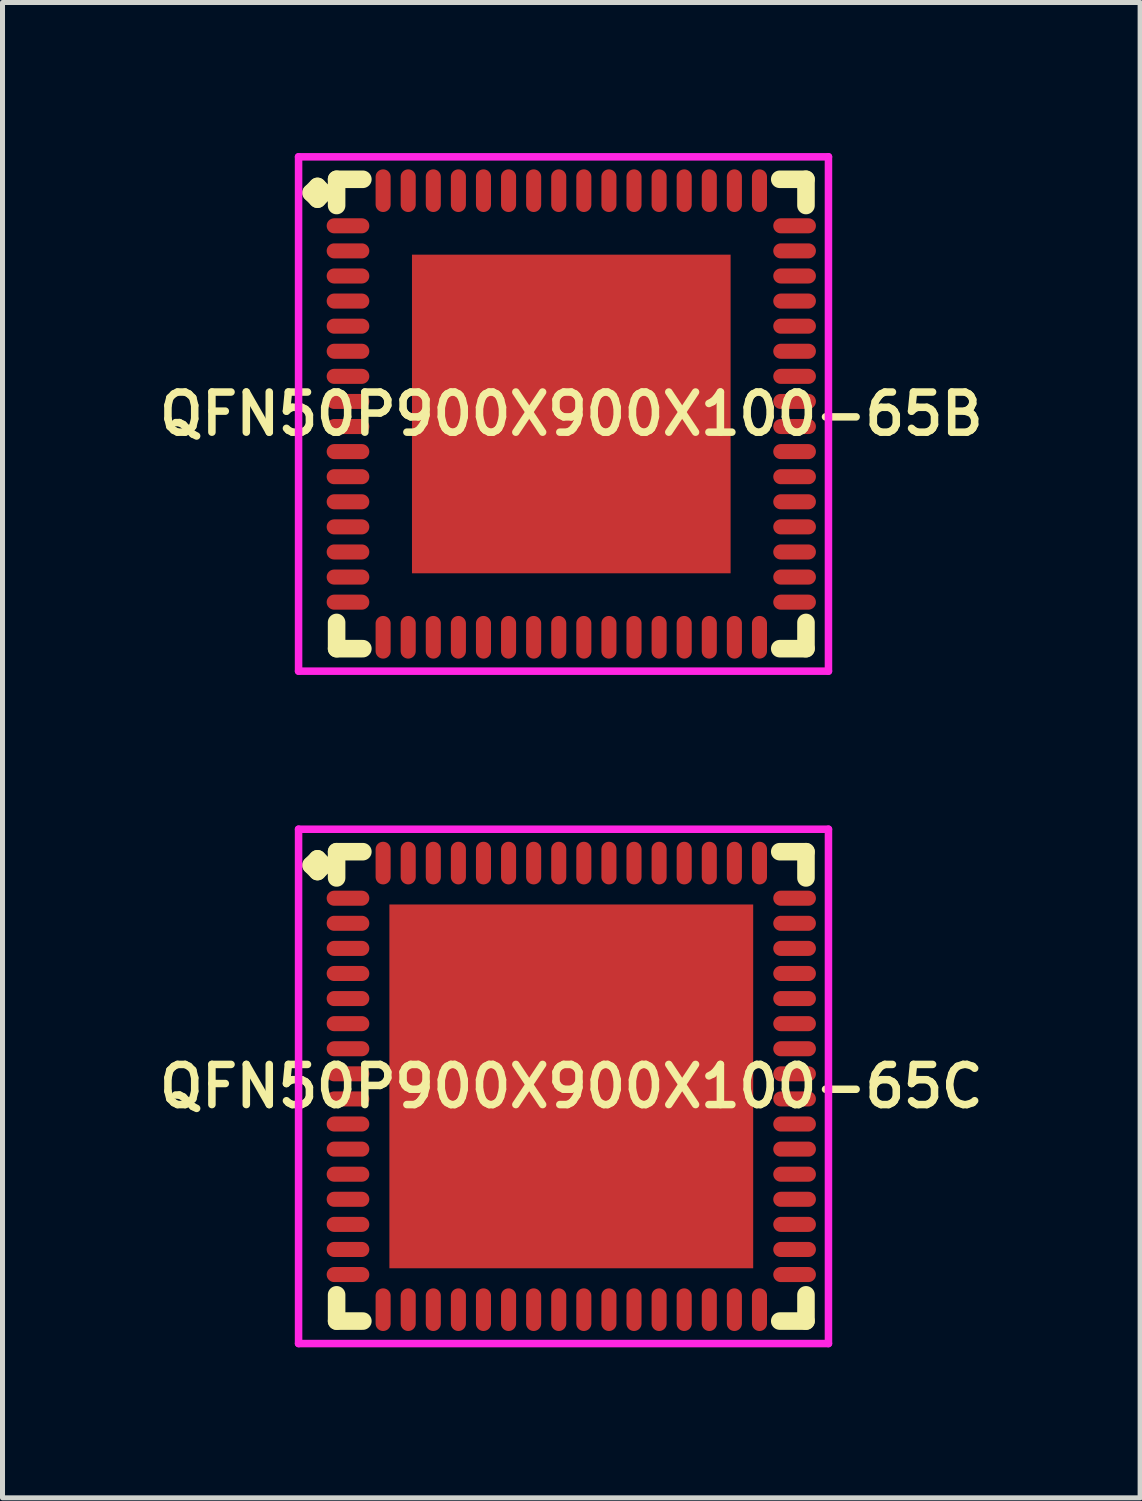
<source format=kicad_pcb>
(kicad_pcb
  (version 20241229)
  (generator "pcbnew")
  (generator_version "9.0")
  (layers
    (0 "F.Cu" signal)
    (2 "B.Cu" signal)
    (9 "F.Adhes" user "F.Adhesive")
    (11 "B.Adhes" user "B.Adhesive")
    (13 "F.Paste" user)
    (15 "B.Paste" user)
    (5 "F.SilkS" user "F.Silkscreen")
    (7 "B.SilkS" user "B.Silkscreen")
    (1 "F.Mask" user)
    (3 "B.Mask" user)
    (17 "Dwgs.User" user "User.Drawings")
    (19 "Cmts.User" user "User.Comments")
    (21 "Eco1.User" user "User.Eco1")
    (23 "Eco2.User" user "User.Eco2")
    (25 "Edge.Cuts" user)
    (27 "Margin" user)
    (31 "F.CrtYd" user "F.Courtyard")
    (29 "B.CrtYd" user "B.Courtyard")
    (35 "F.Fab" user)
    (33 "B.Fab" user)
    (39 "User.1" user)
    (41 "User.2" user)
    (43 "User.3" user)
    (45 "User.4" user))
  (footprint "QFN50P900X900X100-65C"
    (layer "F.Cu")
    (at 8.335 18.6)
    (property "Reference" "QFN50P900X900X100-65C" (at 0 0 0) (layer "F.SilkS") (effects (font (size 0.8 0.8) (thickness 0.15))))
    (attr smd)
    (fp_line (start -5.185 -4.408) (end -5.058 -4.535) (stroke (width 0.35) (type solid)) (layer "F.SilkS"))
    (fp_line (start -5.058 -4.535) (end -4.931 -4.408) (stroke (width 0.35) (type solid)) (layer "F.SilkS"))
    (fp_line (start -5.058 -4.281) (end -5.185 -4.408) (stroke (width 0.35) (type solid)) (layer "F.SilkS"))
    (fp_line (start -4.931 -4.408) (end -5.058 -4.281) (stroke (width 0.35) (type solid)) (layer "F.SilkS"))
    (fp_line (start -4.677 -4.677) (end -4.154 -4.677) (stroke (width 0.35) (type solid)) (layer "F.SilkS"))
    (fp_line (start -4.677 -4.154) (end -4.677 -4.677) (stroke (width 0.35) (type solid)) (layer "F.SilkS"))
    (fp_line (start -4.677 4.154) (end -4.677 4.677) (stroke (width 0.35) (type solid)) (layer "F.SilkS"))
    (fp_line (start -4.677 4.677) (end -4.154 4.677) (stroke (width 0.35) (type solid)) (layer "F.SilkS"))
    (fp_line (start 4.154 -4.677) (end 4.677 -4.677) (stroke (width 0.35) (type solid)) (layer "F.SilkS"))
    (fp_line (start 4.154 4.677) (end 4.677 4.677) (stroke (width 0.35) (type solid)) (layer "F.SilkS"))
    (fp_line (start 4.677 -4.677) (end 4.677 -4.154) (stroke (width 0.35) (type solid)) (layer "F.SilkS"))
    (fp_line (start 4.677 4.677) (end 4.677 4.154) (stroke (width 0.35) (type solid)) (layer "F.SilkS"))
    (fp_line (start -5.435 -5.125) (end 5.125 -5.125) (stroke (width 0.15) (type solid)) (layer "F.CrtYd"))
    (fp_line (start -5.435 5.125) (end -5.435 -5.125) (stroke (width 0.15) (type solid)) (layer "F.CrtYd"))
    (fp_line (start 5.125 -5.125) (end 5.125 5.125) (stroke (width 0.15) (type solid)) (layer "F.CrtYd"))
    (fp_line (start 5.125 5.125) (end -5.435 5.125) (stroke (width 0.15) (type solid)) (layer "F.CrtYd"))
    (pad "1" smd oval (at -4.45 -3.75) (size 0.85 0.3) (layers "F.Cu" "F.Mask" "F.Paste"))
    (pad "2" smd oval (at -4.45 -3.25) (size 0.85 0.3) (layers "F.Cu" "F.Mask" "F.Paste"))
    (pad "3" smd oval (at -4.45 -2.75) (size 0.85 0.3) (layers "F.Cu" "F.Mask" "F.Paste"))
    (pad "4" smd oval (at -4.45 -2.25) (size 0.85 0.3) (layers "F.Cu" "F.Mask" "F.Paste"))
    (pad "5" smd oval (at -4.45 -1.75) (size 0.85 0.3) (layers "F.Cu" "F.Mask" "F.Paste"))
    (pad "6" smd oval (at -4.45 -1.25) (size 0.85 0.3) (layers "F.Cu" "F.Mask" "F.Paste"))
    (pad "7" smd oval (at -4.45 -0.75) (size 0.85 0.3) (layers "F.Cu" "F.Mask" "F.Paste"))
    (pad "8" smd oval (at -4.45 -0.25) (size 0.85 0.3) (layers "F.Cu" "F.Mask" "F.Paste"))
    (pad "9" smd oval (at -4.45 0.25) (size 0.85 0.3) (layers "F.Cu" "F.Mask" "F.Paste"))
    (pad "10" smd oval (at -4.45 0.75) (size 0.85 0.3) (layers "F.Cu" "F.Mask" "F.Paste"))
    (pad "11" smd oval (at -4.45 1.25) (size 0.85 0.3) (layers "F.Cu" "F.Mask" "F.Paste"))
    (pad "12" smd oval (at -4.45 1.75) (size 0.85 0.3) (layers "F.Cu" "F.Mask" "F.Paste"))
    (pad "13" smd oval (at -4.45 2.25) (size 0.85 0.3) (layers "F.Cu" "F.Mask" "F.Paste"))
    (pad "14" smd oval (at -4.45 2.75) (size 0.85 0.3) (layers "F.Cu" "F.Mask" "F.Paste"))
    (pad "15" smd oval (at -4.45 3.25) (size 0.85 0.3) (layers "F.Cu" "F.Mask" "F.Paste"))
    (pad "16" smd oval (at -4.45 3.75) (size 0.85 0.3) (layers "F.Cu" "F.Mask" "F.Paste"))
    (pad "17" smd oval (at -3.75 4.45) (size 0.3 0.85) (layers "F.Cu" "F.Mask" "F.Paste"))
    (pad "18" smd oval (at -3.25 4.45) (size 0.3 0.85) (layers "F.Cu" "F.Mask" "F.Paste"))
    (pad "19" smd oval (at -2.75 4.45) (size 0.3 0.85) (layers "F.Cu" "F.Mask" "F.Paste"))
    (pad "20" smd oval (at -2.25 4.45) (size 0.3 0.85) (layers "F.Cu" "F.Mask" "F.Paste"))
    (pad "21" smd oval (at -1.75 4.45) (size 0.3 0.85) (layers "F.Cu" "F.Mask" "F.Paste"))
    (pad "22" smd oval (at -1.25 4.45) (size 0.3 0.85) (layers "F.Cu" "F.Mask" "F.Paste"))
    (pad "23" smd oval (at -0.75 4.45) (size 0.3 0.85) (layers "F.Cu" "F.Mask" "F.Paste"))
    (pad "24" smd oval (at -0.25 4.45) (size 0.3 0.85) (layers "F.Cu" "F.Mask" "F.Paste"))
    (pad "25" smd oval (at 0.25 4.45) (size 0.3 0.85) (layers "F.Cu" "F.Mask" "F.Paste"))
    (pad "26" smd oval (at 0.75 4.45) (size 0.3 0.85) (layers "F.Cu" "F.Mask" "F.Paste"))
    (pad "27" smd oval (at 1.25 4.45) (size 0.3 0.85) (layers "F.Cu" "F.Mask" "F.Paste"))
    (pad "28" smd oval (at 1.75 4.45) (size 0.3 0.85) (layers "F.Cu" "F.Mask" "F.Paste"))
    (pad "29" smd oval (at 2.25 4.45) (size 0.3 0.85) (layers "F.Cu" "F.Mask" "F.Paste"))
    (pad "30" smd oval (at 2.75 4.45) (size 0.3 0.85) (layers "F.Cu" "F.Mask" "F.Paste"))
    (pad "31" smd oval (at 3.25 4.45) (size 0.3 0.85) (layers "F.Cu" "F.Mask" "F.Paste"))
    (pad "32" smd oval (at 3.75 4.45) (size 0.3 0.85) (layers "F.Cu" "F.Mask" "F.Paste"))
    (pad "33" smd oval (at 4.45 3.75) (size 0.85 0.3) (layers "F.Cu" "F.Mask" "F.Paste"))
    (pad "34" smd oval (at 4.45 3.25) (size 0.85 0.3) (layers "F.Cu" "F.Mask" "F.Paste"))
    (pad "35" smd oval (at 4.45 2.75) (size 0.85 0.3) (layers "F.Cu" "F.Mask" "F.Paste"))
    (pad "36" smd oval (at 4.45 2.25) (size 0.85 0.3) (layers "F.Cu" "F.Mask" "F.Paste"))
    (pad "37" smd oval (at 4.45 1.75) (size 0.85 0.3) (layers "F.Cu" "F.Mask" "F.Paste"))
    (pad "38" smd oval (at 4.45 1.25) (size 0.85 0.3) (layers "F.Cu" "F.Mask" "F.Paste"))
    (pad "39" smd oval (at 4.45 0.75) (size 0.85 0.3) (layers "F.Cu" "F.Mask" "F.Paste"))
    (pad "40" smd oval (at 4.45 0.25) (size 0.85 0.3) (layers "F.Cu" "F.Mask" "F.Paste"))
    (pad "41" smd oval (at 4.45 -0.25) (size 0.85 0.3) (layers "F.Cu" "F.Mask" "F.Paste"))
    (pad "42" smd oval (at 4.45 -0.75) (size 0.85 0.3) (layers "F.Cu" "F.Mask" "F.Paste"))
    (pad "43" smd oval (at 4.45 -1.25) (size 0.85 0.3) (layers "F.Cu" "F.Mask" "F.Paste"))
    (pad "44" smd oval (at 4.45 -1.75) (size 0.85 0.3) (layers "F.Cu" "F.Mask" "F.Paste"))
    (pad "45" smd oval (at 4.45 -2.25) (size 0.85 0.3) (layers "F.Cu" "F.Mask" "F.Paste"))
    (pad "46" smd oval (at 4.45 -2.75) (size 0.85 0.3) (layers "F.Cu" "F.Mask" "F.Paste"))
    (pad "47" smd oval (at 4.45 -3.25) (size 0.85 0.3) (layers "F.Cu" "F.Mask" "F.Paste"))
    (pad "48" smd oval (at 4.45 -3.75) (size 0.85 0.3) (layers "F.Cu" "F.Mask" "F.Paste"))
    (pad "49" smd oval (at 3.75 -4.45) (size 0.3 0.85) (layers "F.Cu" "F.Mask" "F.Paste"))
    (pad "50" smd oval (at 3.25 -4.45) (size 0.3 0.85) (layers "F.Cu" "F.Mask" "F.Paste"))
    (pad "51" smd oval (at 2.75 -4.45) (size 0.3 0.85) (layers "F.Cu" "F.Mask" "F.Paste"))
    (pad "52" smd oval (at 2.25 -4.45) (size 0.3 0.85) (layers "F.Cu" "F.Mask" "F.Paste"))
    (pad "53" smd oval (at 1.75 -4.45) (size 0.3 0.85) (layers "F.Cu" "F.Mask" "F.Paste"))
    (pad "54" smd oval (at 1.25 -4.45) (size 0.3 0.85) (layers "F.Cu" "F.Mask" "F.Paste"))
    (pad "55" smd oval (at 0.75 -4.45) (size 0.3 0.85) (layers "F.Cu" "F.Mask" "F.Paste"))
    (pad "56" smd oval (at 0.25 -4.45) (size 0.3 0.85) (layers "F.Cu" "F.Mask" "F.Paste"))
    (pad "57" smd oval (at -0.25 -4.45) (size 0.3 0.85) (layers "F.Cu" "F.Mask" "F.Paste"))
    (pad "58" smd oval (at -0.75 -4.45) (size 0.3 0.85) (layers "F.Cu" "F.Mask" "F.Paste"))
    (pad "59" smd oval (at -1.25 -4.45) (size 0.3 0.85) (layers "F.Cu" "F.Mask" "F.Paste"))
    (pad "60" smd oval (at -1.75 -4.45) (size 0.3 0.85) (layers "F.Cu" "F.Mask" "F.Paste"))
    (pad "61" smd oval (at -2.25 -4.45) (size 0.3 0.85) (layers "F.Cu" "F.Mask" "F.Paste"))
    (pad "62" smd oval (at -2.75 -4.45) (size 0.3 0.85) (layers "F.Cu" "F.Mask" "F.Paste"))
    (pad "63" smd oval (at -3.25 -4.45) (size 0.3 0.85) (layers "F.Cu" "F.Mask" "F.Paste"))
    (pad "64" smd oval (at -3.75 -4.45) (size 0.3 0.85) (layers "F.Cu" "F.Mask" "F.Paste"))
    (pad "65" smd rect (at 0 0) (size 7.25 7.25) (layers "F.Cu" "F.Mask" "F.Paste")))
  (footprint "QFN50P900X900X100-65B"
    (layer "F.Cu")
    (at 8.335 5.2)
    (property "Reference" "QFN50P900X900X100-65B" (at 0 0 0) (layer "F.SilkS") (effects (font (size 0.8 0.8) (thickness 0.15))))
    (attr smd)
    (fp_line (start -5.185 -4.408) (end -5.058 -4.535) (stroke (width 0.35) (type solid)) (layer "F.SilkS"))
    (fp_line (start -5.058 -4.535) (end -4.931 -4.408) (stroke (width 0.35) (type solid)) (layer "F.SilkS"))
    (fp_line (start -5.058 -4.281) (end -5.185 -4.408) (stroke (width 0.35) (type solid)) (layer "F.SilkS"))
    (fp_line (start -4.931 -4.408) (end -5.058 -4.281) (stroke (width 0.35) (type solid)) (layer "F.SilkS"))
    (fp_line (start -4.677 -4.677) (end -4.154 -4.677) (stroke (width 0.35) (type solid)) (layer "F.SilkS"))
    (fp_line (start -4.677 -4.154) (end -4.677 -4.677) (stroke (width 0.35) (type solid)) (layer "F.SilkS"))
    (fp_line (start -4.677 4.154) (end -4.677 4.677) (stroke (width 0.35) (type solid)) (layer "F.SilkS"))
    (fp_line (start -4.677 4.677) (end -4.154 4.677) (stroke (width 0.35) (type solid)) (layer "F.SilkS"))
    (fp_line (start 4.154 -4.677) (end 4.677 -4.677) (stroke (width 0.35) (type solid)) (layer "F.SilkS"))
    (fp_line (start 4.154 4.677) (end 4.677 4.677) (stroke (width 0.35) (type solid)) (layer "F.SilkS"))
    (fp_line (start 4.677 -4.677) (end 4.677 -4.154) (stroke (width 0.35) (type solid)) (layer "F.SilkS"))
    (fp_line (start 4.677 4.677) (end 4.677 4.154) (stroke (width 0.35) (type solid)) (layer "F.SilkS"))
    (fp_line (start -5.435 -5.125) (end 5.125 -5.125) (stroke (width 0.15) (type solid)) (layer "F.CrtYd"))
    (fp_line (start -5.435 5.125) (end -5.435 -5.125) (stroke (width 0.15) (type solid)) (layer "F.CrtYd"))
    (fp_line (start 5.125 -5.125) (end 5.125 5.125) (stroke (width 0.15) (type solid)) (layer "F.CrtYd"))
    (fp_line (start 5.125 5.125) (end -5.435 5.125) (stroke (width 0.15) (type solid)) (layer "F.CrtYd"))
    (pad "1" smd oval (at -4.45 -3.75) (size 0.85 0.3) (layers "F.Cu" "F.Mask" "F.Paste"))
    (pad "2" smd oval (at -4.45 -3.25) (size 0.85 0.3) (layers "F.Cu" "F.Mask" "F.Paste"))
    (pad "3" smd oval (at -4.45 -2.75) (size 0.85 0.3) (layers "F.Cu" "F.Mask" "F.Paste"))
    (pad "4" smd oval (at -4.45 -2.25) (size 0.85 0.3) (layers "F.Cu" "F.Mask" "F.Paste"))
    (pad "5" smd oval (at -4.45 -1.75) (size 0.85 0.3) (layers "F.Cu" "F.Mask" "F.Paste"))
    (pad "6" smd oval (at -4.45 -1.25) (size 0.85 0.3) (layers "F.Cu" "F.Mask" "F.Paste"))
    (pad "7" smd oval (at -4.45 -0.75) (size 0.85 0.3) (layers "F.Cu" "F.Mask" "F.Paste"))
    (pad "8" smd oval (at -4.45 -0.25) (size 0.85 0.3) (layers "F.Cu" "F.Mask" "F.Paste"))
    (pad "9" smd oval (at -4.45 0.25) (size 0.85 0.3) (layers "F.Cu" "F.Mask" "F.Paste"))
    (pad "10" smd oval (at -4.45 0.75) (size 0.85 0.3) (layers "F.Cu" "F.Mask" "F.Paste"))
    (pad "11" smd oval (at -4.45 1.25) (size 0.85 0.3) (layers "F.Cu" "F.Mask" "F.Paste"))
    (pad "12" smd oval (at -4.45 1.75) (size 0.85 0.3) (layers "F.Cu" "F.Mask" "F.Paste"))
    (pad "13" smd oval (at -4.45 2.25) (size 0.85 0.3) (layers "F.Cu" "F.Mask" "F.Paste"))
    (pad "14" smd oval (at -4.45 2.75) (size 0.85 0.3) (layers "F.Cu" "F.Mask" "F.Paste"))
    (pad "15" smd oval (at -4.45 3.25) (size 0.85 0.3) (layers "F.Cu" "F.Mask" "F.Paste"))
    (pad "16" smd oval (at -4.45 3.75) (size 0.85 0.3) (layers "F.Cu" "F.Mask" "F.Paste"))
    (pad "17" smd oval (at -3.75 4.45) (size 0.3 0.85) (layers "F.Cu" "F.Mask" "F.Paste"))
    (pad "18" smd oval (at -3.25 4.45) (size 0.3 0.85) (layers "F.Cu" "F.Mask" "F.Paste"))
    (pad "19" smd oval (at -2.75 4.45) (size 0.3 0.85) (layers "F.Cu" "F.Mask" "F.Paste"))
    (pad "20" smd oval (at -2.25 4.45) (size 0.3 0.85) (layers "F.Cu" "F.Mask" "F.Paste"))
    (pad "21" smd oval (at -1.75 4.45) (size 0.3 0.85) (layers "F.Cu" "F.Mask" "F.Paste"))
    (pad "22" smd oval (at -1.25 4.45) (size 0.3 0.85) (layers "F.Cu" "F.Mask" "F.Paste"))
    (pad "23" smd oval (at -0.75 4.45) (size 0.3 0.85) (layers "F.Cu" "F.Mask" "F.Paste"))
    (pad "24" smd oval (at -0.25 4.45) (size 0.3 0.85) (layers "F.Cu" "F.Mask" "F.Paste"))
    (pad "25" smd oval (at 0.25 4.45) (size 0.3 0.85) (layers "F.Cu" "F.Mask" "F.Paste"))
    (pad "26" smd oval (at 0.75 4.45) (size 0.3 0.85) (layers "F.Cu" "F.Mask" "F.Paste"))
    (pad "27" smd oval (at 1.25 4.45) (size 0.3 0.85) (layers "F.Cu" "F.Mask" "F.Paste"))
    (pad "28" smd oval (at 1.75 4.45) (size 0.3 0.85) (layers "F.Cu" "F.Mask" "F.Paste"))
    (pad "29" smd oval (at 2.25 4.45) (size 0.3 0.85) (layers "F.Cu" "F.Mask" "F.Paste"))
    (pad "30" smd oval (at 2.75 4.45) (size 0.3 0.85) (layers "F.Cu" "F.Mask" "F.Paste"))
    (pad "31" smd oval (at 3.25 4.45) (size 0.3 0.85) (layers "F.Cu" "F.Mask" "F.Paste"))
    (pad "32" smd oval (at 3.75 4.45) (size 0.3 0.85) (layers "F.Cu" "F.Mask" "F.Paste"))
    (pad "33" smd oval (at 4.45 3.75) (size 0.85 0.3) (layers "F.Cu" "F.Mask" "F.Paste"))
    (pad "34" smd oval (at 4.45 3.25) (size 0.85 0.3) (layers "F.Cu" "F.Mask" "F.Paste"))
    (pad "35" smd oval (at 4.45 2.75) (size 0.85 0.3) (layers "F.Cu" "F.Mask" "F.Paste"))
    (pad "36" smd oval (at 4.45 2.25) (size 0.85 0.3) (layers "F.Cu" "F.Mask" "F.Paste"))
    (pad "37" smd oval (at 4.45 1.75) (size 0.85 0.3) (layers "F.Cu" "F.Mask" "F.Paste"))
    (pad "38" smd oval (at 4.45 1.25) (size 0.85 0.3) (layers "F.Cu" "F.Mask" "F.Paste"))
    (pad "39" smd oval (at 4.45 0.75) (size 0.85 0.3) (layers "F.Cu" "F.Mask" "F.Paste"))
    (pad "40" smd oval (at 4.45 0.25) (size 0.85 0.3) (layers "F.Cu" "F.Mask" "F.Paste"))
    (pad "41" smd oval (at 4.45 -0.25) (size 0.85 0.3) (layers "F.Cu" "F.Mask" "F.Paste"))
    (pad "42" smd oval (at 4.45 -0.75) (size 0.85 0.3) (layers "F.Cu" "F.Mask" "F.Paste"))
    (pad "43" smd oval (at 4.45 -1.25) (size 0.85 0.3) (layers "F.Cu" "F.Mask" "F.Paste"))
    (pad "44" smd oval (at 4.45 -1.75) (size 0.85 0.3) (layers "F.Cu" "F.Mask" "F.Paste"))
    (pad "45" smd oval (at 4.45 -2.25) (size 0.85 0.3) (layers "F.Cu" "F.Mask" "F.Paste"))
    (pad "46" smd oval (at 4.45 -2.75) (size 0.85 0.3) (layers "F.Cu" "F.Mask" "F.Paste"))
    (pad "47" smd oval (at 4.45 -3.25) (size 0.85 0.3) (layers "F.Cu" "F.Mask" "F.Paste"))
    (pad "48" smd oval (at 4.45 -3.75) (size 0.85 0.3) (layers "F.Cu" "F.Mask" "F.Paste"))
    (pad "49" smd oval (at 3.75 -4.45) (size 0.3 0.85) (layers "F.Cu" "F.Mask" "F.Paste"))
    (pad "50" smd oval (at 3.25 -4.45) (size 0.3 0.85) (layers "F.Cu" "F.Mask" "F.Paste"))
    (pad "51" smd oval (at 2.75 -4.45) (size 0.3 0.85) (layers "F.Cu" "F.Mask" "F.Paste"))
    (pad "52" smd oval (at 2.25 -4.45) (size 0.3 0.85) (layers "F.Cu" "F.Mask" "F.Paste"))
    (pad "53" smd oval (at 1.75 -4.45) (size 0.3 0.85) (layers "F.Cu" "F.Mask" "F.Paste"))
    (pad "54" smd oval (at 1.25 -4.45) (size 0.3 0.85) (layers "F.Cu" "F.Mask" "F.Paste"))
    (pad "55" smd oval (at 0.75 -4.45) (size 0.3 0.85) (layers "F.Cu" "F.Mask" "F.Paste"))
    (pad "56" smd oval (at 0.25 -4.45) (size 0.3 0.85) (layers "F.Cu" "F.Mask" "F.Paste"))
    (pad "57" smd oval (at -0.25 -4.45) (size 0.3 0.85) (layers "F.Cu" "F.Mask" "F.Paste"))
    (pad "58" smd oval (at -0.75 -4.45) (size 0.3 0.85) (layers "F.Cu" "F.Mask" "F.Paste"))
    (pad "59" smd oval (at -1.25 -4.45) (size 0.3 0.85) (layers "F.Cu" "F.Mask" "F.Paste"))
    (pad "60" smd oval (at -1.75 -4.45) (size 0.3 0.85) (layers "F.Cu" "F.Mask" "F.Paste"))
    (pad "61" smd oval (at -2.25 -4.45) (size 0.3 0.85) (layers "F.Cu" "F.Mask" "F.Paste"))
    (pad "62" smd oval (at -2.75 -4.45) (size 0.3 0.85) (layers "F.Cu" "F.Mask" "F.Paste"))
    (pad "63" smd oval (at -3.25 -4.45) (size 0.3 0.85) (layers "F.Cu" "F.Mask" "F.Paste"))
    (pad "64" smd oval (at -3.75 -4.45) (size 0.3 0.85) (layers "F.Cu" "F.Mask" "F.Paste"))
    (pad "65" smd rect (at 0 0) (size 6.35 6.35) (layers "F.Cu" "F.Mask" "F.Paste")))
  (gr_rect
    (start -3 -3)
    (end 19.671 26.8)
    (stroke (width 0.1) (type default))
    (fill no)
    (layer "Edge.Cuts")))
</source>
